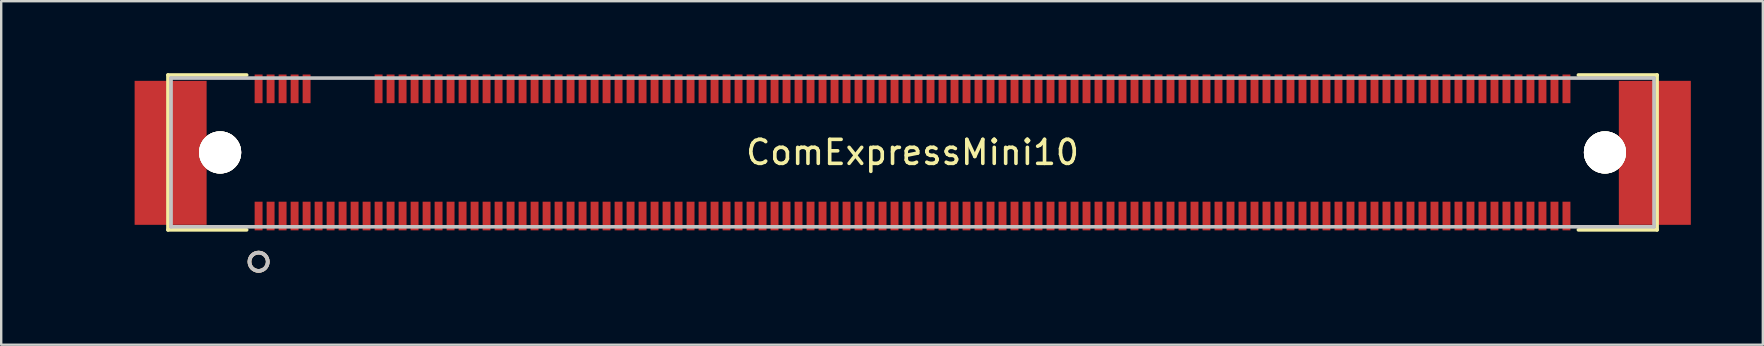
<source format=kicad_pcb>
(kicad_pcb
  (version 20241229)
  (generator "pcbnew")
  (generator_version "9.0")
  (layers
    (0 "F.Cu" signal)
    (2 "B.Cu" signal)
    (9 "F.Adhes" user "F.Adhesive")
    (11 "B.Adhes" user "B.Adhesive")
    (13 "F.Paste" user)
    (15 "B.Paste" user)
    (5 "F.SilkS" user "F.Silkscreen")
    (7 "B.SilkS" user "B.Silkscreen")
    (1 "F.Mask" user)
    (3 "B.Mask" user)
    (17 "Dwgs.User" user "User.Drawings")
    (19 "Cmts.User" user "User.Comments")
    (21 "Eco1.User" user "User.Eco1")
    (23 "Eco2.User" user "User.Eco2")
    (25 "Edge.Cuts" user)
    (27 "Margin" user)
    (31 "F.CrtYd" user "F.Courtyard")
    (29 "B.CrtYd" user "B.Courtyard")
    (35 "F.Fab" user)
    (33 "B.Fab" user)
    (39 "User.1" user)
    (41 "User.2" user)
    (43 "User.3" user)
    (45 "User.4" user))
  (footprint "ComExpressMini10"
    (layer "F.Cu")
    (at 0.25 0.652)
    (property "Reference" "ComExpressMini10" (at 34.726 2.65 0) (layer "F.SilkS") (effects (font (size 1 1) (thickness 0.15))))
    (attr through_hole)
    (fp_line (start 3.7 -0.576) (end 6.979 -0.576) (stroke (width 0.152) (type solid)) (layer "F.SilkS"))
    (fp_line (start 3.7 5.876) (end 3.7 -0.576) (stroke (width 0.152) (type solid)) (layer "F.SilkS"))
    (fp_line (start 6.978 5.876) (end 3.7 5.876) (stroke (width 0.152) (type solid)) (layer "F.SilkS"))
    (fp_line (start 62.474 -0.576) (end 65.752 -0.576) (stroke (width 0.152) (type solid)) (layer "F.SilkS"))
    (fp_line (start 65.752 -0.576) (end 65.752 5.876) (stroke (width 0.152) (type solid)) (layer "F.SilkS"))
    (fp_line (start 65.752 5.876) (end 62.474 5.876) (stroke (width 0.152) (type solid)) (layer "F.SilkS"))
    (fp_circle (center 7.476 7.205) (end 7.095 7.205) (stroke (width 0.152) (type solid)) (fill no) (layer "F.SilkS"))
    (fp_circle (center 7.476 7.205) (end 7.095 7.205) (stroke (width 0.152) (type solid)) (fill no) (layer "B.SilkS"))
    (fp_line (start 3.827 -0.449) (end 65.625 -0.449) (stroke (width 0.152) (type solid)) (layer "Dwgs.User"))
    (fp_line (start 3.827 5.749) (end 3.827 -0.449) (stroke (width 0.152) (type solid)) (layer "Dwgs.User"))
    (fp_line (start 65.625 -0.449) (end 65.625 5.749) (stroke (width 0.152) (type solid)) (layer "Dwgs.User"))
    (fp_line (start 65.625 5.749) (end 3.827 5.749) (stroke (width 0.152) (type solid)) (layer "Dwgs.User"))
    (fp_circle (center 7.476 7.205) (end 7.095 7.205) (stroke (width 0.152) (type solid)) (fill no) (layer "Dwgs.User"))
    (fp_text user "Copyright 2016 Accelerated Designs. All rights reserved." (at 61.976 0 0) (layer "Cmts.User") (effects (font (size 0.127 0.127) (thickness 0.002))))
    (pad "1" smd rect (at 7.476 5.3) (size 0.33 1.194) (layers "F.Cu" "F.Mask" "F.Paste"))
    (pad "2" smd rect (at 7.976 5.3) (size 0.33 1.194) (layers "F.Cu" "F.Mask" "F.Paste"))
    (pad "3" smd rect (at 8.476 5.3) (size 0.33 1.194) (layers "F.Cu" "F.Mask" "F.Paste"))
    (pad "4" smd rect (at 8.976 5.3) (size 0.33 1.194) (layers "F.Cu" "F.Mask" "F.Paste"))
    (pad "5" smd rect (at 9.476 5.3) (size 0.33 1.194) (layers "F.Cu" "F.Mask" "F.Paste"))
    (pad "6" smd rect (at 9.976 5.3) (size 0.33 1.194) (layers "F.Cu" "F.Mask" "F.Paste"))
    (pad "7" smd rect (at 10.476 5.3) (size 0.33 1.194) (layers "F.Cu" "F.Mask" "F.Paste"))
    (pad "8" smd rect (at 10.976 5.3) (size 0.33 1.194) (layers "F.Cu" "F.Mask" "F.Paste"))
    (pad "9" smd rect (at 11.476 5.3) (size 0.33 1.194) (layers "F.Cu" "F.Mask" "F.Paste"))
    (pad "10" smd rect (at 11.976 5.3) (size 0.33 1.194) (layers "F.Cu" "F.Mask" "F.Paste"))
    (pad "11" smd rect (at 12.476 5.3) (size 0.33 1.194) (layers "F.Cu" "F.Mask" "F.Paste"))
    (pad "12" smd rect (at 12.976 5.3) (size 0.33 1.194) (layers "F.Cu" "F.Mask" "F.Paste"))
    (pad "13" smd rect (at 13.476 5.3) (size 0.33 1.194) (layers "F.Cu" "F.Mask" "F.Paste"))
    (pad "14" smd rect (at 13.976 5.3) (size 0.33 1.194) (layers "F.Cu" "F.Mask" "F.Paste"))
    (pad "15" smd rect (at 14.476 5.3) (size 0.33 1.194) (layers "F.Cu" "F.Mask" "F.Paste"))
    (pad "16" smd rect (at 14.976 5.3) (size 0.33 1.194) (layers "F.Cu" "F.Mask" "F.Paste"))
    (pad "17" smd rect (at 15.476 5.3) (size 0.33 1.194) (layers "F.Cu" "F.Mask" "F.Paste"))
    (pad "18" smd rect (at 15.976 5.3) (size 0.33 1.194) (layers "F.Cu" "F.Mask" "F.Paste"))
    (pad "19" smd rect (at 16.476 5.3) (size 0.33 1.194) (layers "F.Cu" "F.Mask" "F.Paste"))
    (pad "20" smd rect (at 16.976 5.3) (size 0.33 1.194) (layers "F.Cu" "F.Mask" "F.Paste"))
    (pad "21" smd rect (at 17.476 5.3) (size 0.33 1.194) (layers "F.Cu" "F.Mask" "F.Paste"))
    (pad "22" smd rect (at 17.976 5.3) (size 0.33 1.194) (layers "F.Cu" "F.Mask" "F.Paste"))
    (pad "23" smd rect (at 18.476 5.3) (size 0.33 1.194) (layers "F.Cu" "F.Mask" "F.Paste"))
    (pad "24" smd rect (at 18.976 5.3) (size 0.33 1.194) (layers "F.Cu" "F.Mask" "F.Paste"))
    (pad "25" smd rect (at 19.476 5.3) (size 0.33 1.194) (layers "F.Cu" "F.Mask" "F.Paste"))
    (pad "26" smd rect (at 19.976 5.3) (size 0.33 1.194) (layers "F.Cu" "F.Mask" "F.Paste"))
    (pad "27" smd rect (at 20.476 5.3) (size 0.33 1.194) (layers "F.Cu" "F.Mask" "F.Paste"))
    (pad "28" smd rect (at 20.976 5.3) (size 0.33 1.194) (layers "F.Cu" "F.Mask" "F.Paste"))
    (pad "29" smd rect (at 21.476 5.3) (size 0.33 1.194) (layers "F.Cu" "F.Mask" "F.Paste"))
    (pad "30" smd rect (at 21.976 5.3) (size 0.33 1.194) (layers "F.Cu" "F.Mask" "F.Paste"))
    (pad "31" smd rect (at 22.476 5.3) (size 0.33 1.194) (layers "F.Cu" "F.Mask" "F.Paste"))
    (pad "32" smd rect (at 22.976 5.3) (size 0.33 1.194) (layers "F.Cu" "F.Mask" "F.Paste"))
    (pad "33" smd rect (at 23.476 5.3) (size 0.33 1.194) (layers "F.Cu" "F.Mask" "F.Paste"))
    (pad "34" smd rect (at 23.976 5.3) (size 0.33 1.194) (layers "F.Cu" "F.Mask" "F.Paste"))
    (pad "35" smd rect (at 24.476 5.3) (size 0.33 1.194) (layers "F.Cu" "F.Mask" "F.Paste"))
    (pad "36" smd rect (at 24.976 5.3) (size 0.33 1.194) (layers "F.Cu" "F.Mask" "F.Paste"))
    (pad "37" smd rect (at 25.476 5.3) (size 0.33 1.194) (layers "F.Cu" "F.Mask" "F.Paste"))
    (pad "38" smd rect (at 25.976 5.3) (size 0.33 1.194) (layers "F.Cu" "F.Mask" "F.Paste"))
    (pad "39" smd rect (at 26.476 5.3) (size 0.33 1.194) (layers "F.Cu" "F.Mask" "F.Paste"))
    (pad "40" smd rect (at 26.976 5.3) (size 0.33 1.194) (layers "F.Cu" "F.Mask" "F.Paste"))
    (pad "41" smd rect (at 27.476 5.3) (size 0.33 1.194) (layers "F.Cu" "F.Mask" "F.Paste"))
    (pad "42" smd rect (at 27.976 5.3) (size 0.33 1.194) (layers "F.Cu" "F.Mask" "F.Paste"))
    (pad "43" smd rect (at 28.476 5.3) (size 0.33 1.194) (layers "F.Cu" "F.Mask" "F.Paste"))
    (pad "44" smd rect (at 28.976 5.3) (size 0.33 1.194) (layers "F.Cu" "F.Mask" "F.Paste"))
    (pad "45" smd rect (at 29.476 5.3) (size 0.33 1.194) (layers "F.Cu" "F.Mask" "F.Paste"))
    (pad "46" smd rect (at 29.976 5.3) (size 0.33 1.194) (layers "F.Cu" "F.Mask" "F.Paste"))
    (pad "47" smd rect (at 30.476 5.3) (size 0.33 1.194) (layers "F.Cu" "F.Mask" "F.Paste"))
    (pad "48" smd rect (at 30.976 5.3) (size 0.33 1.194) (layers "F.Cu" "F.Mask" "F.Paste"))
    (pad "49" smd rect (at 31.476 5.3) (size 0.33 1.194) (layers "F.Cu" "F.Mask" "F.Paste"))
    (pad "50" smd rect (at 31.976 5.3) (size 0.33 1.194) (layers "F.Cu" "F.Mask" "F.Paste"))
    (pad "51" smd rect (at 32.476 5.3) (size 0.33 1.194) (layers "F.Cu" "F.Mask" "F.Paste"))
    (pad "52" smd rect (at 32.976 5.3) (size 0.33 1.194) (layers "F.Cu" "F.Mask" "F.Paste"))
    (pad "53" smd rect (at 33.476 5.3) (size 0.33 1.194) (layers "F.Cu" "F.Mask" "F.Paste"))
    (pad "54" smd rect (at 33.976 5.3) (size 0.33 1.194) (layers "F.Cu" "F.Mask" "F.Paste"))
    (pad "55" smd rect (at 34.476 5.3) (size 0.33 1.194) (layers "F.Cu" "F.Mask" "F.Paste"))
    (pad "56" smd rect (at 34.976 5.3) (size 0.33 1.194) (layers "F.Cu" "F.Mask" "F.Paste"))
    (pad "57" smd rect (at 35.476 5.3) (size 0.33 1.194) (layers "F.Cu" "F.Mask" "F.Paste"))
    (pad "58" smd rect (at 35.976 5.3) (size 0.33 1.194) (layers "F.Cu" "F.Mask" "F.Paste"))
    (pad "59" smd rect (at 36.476 5.3) (size 0.33 1.194) (layers "F.Cu" "F.Mask" "F.Paste"))
    (pad "60" smd rect (at 36.976 5.3) (size 0.33 1.194) (layers "F.Cu" "F.Mask" "F.Paste"))
    (pad "61" smd rect (at 37.476 5.3) (size 0.33 1.194) (layers "F.Cu" "F.Mask" "F.Paste"))
    (pad "62" smd rect (at 37.976 5.3) (size 0.33 1.194) (layers "F.Cu" "F.Mask" "F.Paste"))
    (pad "63" smd rect (at 38.476 5.3) (size 0.33 1.194) (layers "F.Cu" "F.Mask" "F.Paste"))
    (pad "64" smd rect (at 38.976 5.3) (size 0.33 1.194) (layers "F.Cu" "F.Mask" "F.Paste"))
    (pad "65" smd rect (at 39.476 5.3) (size 0.33 1.194) (layers "F.Cu" "F.Mask" "F.Paste"))
    (pad "66" smd rect (at 39.976 5.3) (size 0.33 1.194) (layers "F.Cu" "F.Mask" "F.Paste"))
    (pad "67" smd rect (at 40.476 5.3) (size 0.33 1.194) (layers "F.Cu" "F.Mask" "F.Paste"))
    (pad "68" smd rect (at 40.976 5.3) (size 0.33 1.194) (layers "F.Cu" "F.Mask" "F.Paste"))
    (pad "69" smd rect (at 41.476 5.3) (size 0.33 1.194) (layers "F.Cu" "F.Mask" "F.Paste"))
    (pad "70" smd rect (at 41.976 5.3) (size 0.33 1.194) (layers "F.Cu" "F.Mask" "F.Paste"))
    (pad "71" smd rect (at 42.476 5.3) (size 0.33 1.194) (layers "F.Cu" "F.Mask" "F.Paste"))
    (pad "72" smd rect (at 42.976 5.3) (size 0.33 1.194) (layers "F.Cu" "F.Mask" "F.Paste"))
    (pad "73" smd rect (at 43.476 5.3) (size 0.33 1.194) (layers "F.Cu" "F.Mask" "F.Paste"))
    (pad "74" smd rect (at 43.976 5.3) (size 0.33 1.194) (layers "F.Cu" "F.Mask" "F.Paste"))
    (pad "75" smd rect (at 44.476 5.3) (size 0.33 1.194) (layers "F.Cu" "F.Mask" "F.Paste"))
    (pad "76" smd rect (at 44.976 5.3) (size 0.33 1.194) (layers "F.Cu" "F.Mask" "F.Paste"))
    (pad "77" smd rect (at 45.476 5.3) (size 0.33 1.194) (layers "F.Cu" "F.Mask" "F.Paste"))
    (pad "78" smd rect (at 45.976 5.3) (size 0.33 1.194) (layers "F.Cu" "F.Mask" "F.Paste"))
    (pad "79" smd rect (at 46.476 5.3) (size 0.33 1.194) (layers "F.Cu" "F.Mask" "F.Paste"))
    (pad "80" smd rect (at 46.976 5.3) (size 0.33 1.194) (layers "F.Cu" "F.Mask" "F.Paste"))
    (pad "81" smd rect (at 47.476 5.3) (size 0.33 1.194) (layers "F.Cu" "F.Mask" "F.Paste"))
    (pad "82" smd rect (at 47.976 5.3) (size 0.33 1.194) (layers "F.Cu" "F.Mask" "F.Paste"))
    (pad "83" smd rect (at 48.476 5.3) (size 0.33 1.194) (layers "F.Cu" "F.Mask" "F.Paste"))
    (pad "84" smd rect (at 48.976 5.3) (size 0.33 1.194) (layers "F.Cu" "F.Mask" "F.Paste"))
    (pad "85" smd rect (at 49.476 5.3) (size 0.33 1.194) (layers "F.Cu" "F.Mask" "F.Paste"))
    (pad "86" smd rect (at 49.976 5.3) (size 0.33 1.194) (layers "F.Cu" "F.Mask" "F.Paste"))
    (pad "87" smd rect (at 50.476 5.3) (size 0.33 1.194) (layers "F.Cu" "F.Mask" "F.Paste"))
    (pad "88" smd rect (at 50.976 5.3) (size 0.33 1.194) (layers "F.Cu" "F.Mask" "F.Paste"))
    (pad "89" smd rect (at 51.476 5.3) (size 0.33 1.194) (layers "F.Cu" "F.Mask" "F.Paste"))
    (pad "90" smd rect (at 51.976 5.3) (size 0.33 1.194) (layers "F.Cu" "F.Mask" "F.Paste"))
    (pad "91" smd rect (at 52.476 5.3) (size 0.33 1.194) (layers "F.Cu" "F.Mask" "F.Paste"))
    (pad "92" smd rect (at 52.976 5.3) (size 0.33 1.194) (layers "F.Cu" "F.Mask" "F.Paste"))
    (pad "93" smd rect (at 53.476 5.3) (size 0.33 1.194) (layers "F.Cu" "F.Mask" "F.Paste"))
    (pad "94" smd rect (at 53.976 5.3) (size 0.33 1.194) (layers "F.Cu" "F.Mask" "F.Paste"))
    (pad "95" smd rect (at 54.476 5.3) (size 0.33 1.194) (layers "F.Cu" "F.Mask" "F.Paste"))
    (pad "96" smd rect (at 54.976 5.3) (size 0.33 1.194) (layers "F.Cu" "F.Mask" "F.Paste"))
    (pad "97" smd rect (at 55.476 5.3) (size 0.33 1.194) (layers "F.Cu" "F.Mask" "F.Paste"))
    (pad "98" smd rect (at 55.976 5.3) (size 0.33 1.194) (layers "F.Cu" "F.Mask" "F.Paste"))
    (pad "99" smd rect (at 56.476 5.3) (size 0.33 1.194) (layers "F.Cu" "F.Mask" "F.Paste"))
    (pad "100" smd rect (at 56.976 5.3) (size 0.33 1.194) (layers "F.Cu" "F.Mask" "F.Paste"))
    (pad "101" smd rect (at 57.476 5.3) (size 0.33 1.194) (layers "F.Cu" "F.Mask" "F.Paste"))
    (pad "102" smd rect (at 57.976 5.3) (size 0.33 1.194) (layers "F.Cu" "F.Mask" "F.Paste"))
    (pad "103" smd rect (at 58.476 5.3) (size 0.33 1.194) (layers "F.Cu" "F.Mask" "F.Paste"))
    (pad "104" smd rect (at 58.976 5.3) (size 0.33 1.194) (layers "F.Cu" "F.Mask" "F.Paste"))
    (pad "105" smd rect (at 59.476 5.3) (size 0.33 1.194) (layers "F.Cu" "F.Mask" "F.Paste"))
    (pad "106" smd rect (at 59.976 5.3) (size 0.33 1.194) (layers "F.Cu" "F.Mask" "F.Paste"))
    (pad "107" smd rect (at 60.476 5.3) (size 0.33 1.194) (layers "F.Cu" "F.Mask" "F.Paste"))
    (pad "108" smd rect (at 60.976 5.3) (size 0.33 1.194) (layers "F.Cu" "F.Mask" "F.Paste"))
    (pad "109" smd rect (at 61.476 5.3) (size 0.33 1.194) (layers "F.Cu" "F.Mask" "F.Paste"))
    (pad "110" smd rect (at 61.976 5.3) (size 0.33 1.194) (layers "F.Cu" "F.Mask" "F.Paste"))
    (pad "111" smd rect (at 7.476 0) (size 0.33 1.194) (layers "F.Cu" "F.Mask" "F.Paste"))
    (pad "112" smd rect (at 7.976 0) (size 0.33 1.194) (layers "F.Cu" "F.Mask" "F.Paste"))
    (pad "113" smd rect (at 8.476 0) (size 0.33 1.194) (layers "F.Cu" "F.Mask" "F.Paste"))
    (pad "114" smd rect (at 8.976 0) (size 0.33 1.194) (layers "F.Cu" "F.Mask" "F.Paste"))
    (pad "115" smd rect (at 9.476 0) (size 0.33 1.194) (layers "F.Cu" "F.Mask" "F.Paste"))
    (pad "121" smd rect (at 12.476 0) (size 0.33 1.194) (layers "F.Cu" "F.Mask" "F.Paste"))
    (pad "122" smd rect (at 12.976 0) (size 0.33 1.194) (layers "F.Cu" "F.Mask" "F.Paste"))
    (pad "123" smd rect (at 13.476 0) (size 0.33 1.194) (layers "F.Cu" "F.Mask" "F.Paste"))
    (pad "124" smd rect (at 13.976 0) (size 0.33 1.194) (layers "F.Cu" "F.Mask" "F.Paste"))
    (pad "125" smd rect (at 14.476 0) (size 0.33 1.194) (layers "F.Cu" "F.Mask" "F.Paste"))
    (pad "126" smd rect (at 14.976 0) (size 0.33 1.194) (layers "F.Cu" "F.Mask" "F.Paste"))
    (pad "127" smd rect (at 15.476 0) (size 0.33 1.194) (layers "F.Cu" "F.Mask" "F.Paste"))
    (pad "128" smd rect (at 15.976 0) (size 0.33 1.194) (layers "F.Cu" "F.Mask" "F.Paste"))
    (pad "129" smd rect (at 16.476 0) (size 0.33 1.194) (layers "F.Cu" "F.Mask" "F.Paste"))
    (pad "130" smd rect (at 16.976 0) (size 0.33 1.194) (layers "F.Cu" "F.Mask" "F.Paste"))
    (pad "131" smd rect (at 17.476 0) (size 0.33 1.194) (layers "F.Cu" "F.Mask" "F.Paste"))
    (pad "132" smd rect (at 17.976 0) (size 0.33 1.194) (layers "F.Cu" "F.Mask" "F.Paste"))
    (pad "133" smd rect (at 18.476 0) (size 0.33 1.194) (layers "F.Cu" "F.Mask" "F.Paste"))
    (pad "134" smd rect (at 18.976 0) (size 0.33 1.194) (layers "F.Cu" "F.Mask" "F.Paste"))
    (pad "135" smd rect (at 19.476 0) (size 0.33 1.194) (layers "F.Cu" "F.Mask" "F.Paste"))
    (pad "136" smd rect (at 19.976 0) (size 0.33 1.194) (layers "F.Cu" "F.Mask" "F.Paste"))
    (pad "137" smd rect (at 20.476 0) (size 0.33 1.194) (layers "F.Cu" "F.Mask" "F.Paste"))
    (pad "138" smd rect (at 20.976 0) (size 0.33 1.194) (layers "F.Cu" "F.Mask" "F.Paste"))
    (pad "139" smd rect (at 21.476 0) (size 0.33 1.194) (layers "F.Cu" "F.Mask" "F.Paste"))
    (pad "140" smd rect (at 21.976 0) (size 0.33 1.194) (layers "F.Cu" "F.Mask" "F.Paste"))
    (pad "141" smd rect (at 22.476 0) (size 0.33 1.194) (layers "F.Cu" "F.Mask" "F.Paste"))
    (pad "142" smd rect (at 22.976 0) (size 0.33 1.194) (layers "F.Cu" "F.Mask" "F.Paste"))
    (pad "143" smd rect (at 23.476 0) (size 0.33 1.194) (layers "F.Cu" "F.Mask" "F.Paste"))
    (pad "144" smd rect (at 23.976 0) (size 0.33 1.194) (layers "F.Cu" "F.Mask" "F.Paste"))
    (pad "145" smd rect (at 24.476 0) (size 0.33 1.194) (layers "F.Cu" "F.Mask" "F.Paste"))
    (pad "146" smd rect (at 24.976 0) (size 0.33 1.194) (layers "F.Cu" "F.Mask" "F.Paste"))
    (pad "147" smd rect (at 25.476 0) (size 0.33 1.194) (layers "F.Cu" "F.Mask" "F.Paste"))
    (pad "148" smd rect (at 25.976 0) (size 0.33 1.194) (layers "F.Cu" "F.Mask" "F.Paste"))
    (pad "149" smd rect (at 26.476 0) (size 0.33 1.194) (layers "F.Cu" "F.Mask" "F.Paste"))
    (pad "150" smd rect (at 26.976 0) (size 0.33 1.194) (layers "F.Cu" "F.Mask" "F.Paste"))
    (pad "151" smd rect (at 27.476 0) (size 0.33 1.194) (layers "F.Cu" "F.Mask" "F.Paste"))
    (pad "152" smd rect (at 27.976 0) (size 0.33 1.194) (layers "F.Cu" "F.Mask" "F.Paste"))
    (pad "153" smd rect (at 28.476 0) (size 0.33 1.194) (layers "F.Cu" "F.Mask" "F.Paste"))
    (pad "154" smd rect (at 28.976 0) (size 0.33 1.194) (layers "F.Cu" "F.Mask" "F.Paste"))
    (pad "155" smd rect (at 29.476 0) (size 0.33 1.194) (layers "F.Cu" "F.Mask" "F.Paste"))
    (pad "156" smd rect (at 29.976 0) (size 0.33 1.194) (layers "F.Cu" "F.Mask" "F.Paste"))
    (pad "157" smd rect (at 30.476 0) (size 0.33 1.194) (layers "F.Cu" "F.Mask" "F.Paste"))
    (pad "158" smd rect (at 30.976 0) (size 0.33 1.194) (layers "F.Cu" "F.Mask" "F.Paste"))
    (pad "159" smd rect (at 31.476 0) (size 0.33 1.194) (layers "F.Cu" "F.Mask" "F.Paste"))
    (pad "160" smd rect (at 31.976 0) (size 0.33 1.194) (layers "F.Cu" "F.Mask" "F.Paste"))
    (pad "161" smd rect (at 32.476 0) (size 0.33 1.194) (layers "F.Cu" "F.Mask" "F.Paste"))
    (pad "162" smd rect (at 32.976 0) (size 0.33 1.194) (layers "F.Cu" "F.Mask" "F.Paste"))
    (pad "163" smd rect (at 33.476 0) (size 0.33 1.194) (layers "F.Cu" "F.Mask" "F.Paste"))
    (pad "164" smd rect (at 33.976 0) (size 0.33 1.194) (layers "F.Cu" "F.Mask" "F.Paste"))
    (pad "165" smd rect (at 34.476 0) (size 0.33 1.194) (layers "F.Cu" "F.Mask" "F.Paste"))
    (pad "166" smd rect (at 34.976 0) (size 0.33 1.194) (layers "F.Cu" "F.Mask" "F.Paste"))
    (pad "167" smd rect (at 35.476 0) (size 0.33 1.194) (layers "F.Cu" "F.Mask" "F.Paste"))
    (pad "168" smd rect (at 35.976 0) (size 0.33 1.194) (layers "F.Cu" "F.Mask" "F.Paste"))
    (pad "169" smd rect (at 36.476 0) (size 0.33 1.194) (layers "F.Cu" "F.Mask" "F.Paste"))
    (pad "170" smd rect (at 36.976 0) (size 0.33 1.194) (layers "F.Cu" "F.Mask" "F.Paste"))
    (pad "171" smd rect (at 37.476 0) (size 0.33 1.194) (layers "F.Cu" "F.Mask" "F.Paste"))
    (pad "172" smd rect (at 37.976 0) (size 0.33 1.194) (layers "F.Cu" "F.Mask" "F.Paste"))
    (pad "173" smd rect (at 38.476 0) (size 0.33 1.194) (layers "F.Cu" "F.Mask" "F.Paste"))
    (pad "174" smd rect (at 38.976 0) (size 0.33 1.194) (layers "F.Cu" "F.Mask" "F.Paste"))
    (pad "175" smd rect (at 39.476 0) (size 0.33 1.194) (layers "F.Cu" "F.Mask" "F.Paste"))
    (pad "176" smd rect (at 39.976 0) (size 0.33 1.194) (layers "F.Cu" "F.Mask" "F.Paste"))
    (pad "177" smd rect (at 40.476 0) (size 0.33 1.194) (layers "F.Cu" "F.Mask" "F.Paste"))
    (pad "178" smd rect (at 40.976 0) (size 0.33 1.194) (layers "F.Cu" "F.Mask" "F.Paste"))
    (pad "179" smd rect (at 41.476 0) (size 0.33 1.194) (layers "F.Cu" "F.Mask" "F.Paste"))
    (pad "180" smd rect (at 41.976 0) (size 0.33 1.194) (layers "F.Cu" "F.Mask" "F.Paste"))
    (pad "181" smd rect (at 42.476 0) (size 0.33 1.194) (layers "F.Cu" "F.Mask" "F.Paste"))
    (pad "182" smd rect (at 42.976 0) (size 0.33 1.194) (layers "F.Cu" "F.Mask" "F.Paste"))
    (pad "183" smd rect (at 43.476 0) (size 0.33 1.194) (layers "F.Cu" "F.Mask" "F.Paste"))
    (pad "184" smd rect (at 43.976 0) (size 0.33 1.194) (layers "F.Cu" "F.Mask" "F.Paste"))
    (pad "185" smd rect (at 44.476 0) (size 0.33 1.194) (layers "F.Cu" "F.Mask" "F.Paste"))
    (pad "186" smd rect (at 44.976 0) (size 0.33 1.194) (layers "F.Cu" "F.Mask" "F.Paste"))
    (pad "187" smd rect (at 45.476 0) (size 0.33 1.194) (layers "F.Cu" "F.Mask" "F.Paste"))
    (pad "188" smd rect (at 45.976 0) (size 0.33 1.194) (layers "F.Cu" "F.Mask" "F.Paste"))
    (pad "189" smd rect (at 46.476 0) (size 0.33 1.194) (layers "F.Cu" "F.Mask" "F.Paste"))
    (pad "190" smd rect (at 46.976 0) (size 0.33 1.194) (layers "F.Cu" "F.Mask" "F.Paste"))
    (pad "191" smd rect (at 47.476 0) (size 0.33 1.194) (layers "F.Cu" "F.Mask" "F.Paste"))
    (pad "192" smd rect (at 47.976 0) (size 0.33 1.194) (layers "F.Cu" "F.Mask" "F.Paste"))
    (pad "193" smd rect (at 48.476 0) (size 0.33 1.194) (layers "F.Cu" "F.Mask" "F.Paste"))
    (pad "194" smd rect (at 48.976 0) (size 0.33 1.194) (layers "F.Cu" "F.Mask" "F.Paste"))
    (pad "195" smd rect (at 49.476 0) (size 0.33 1.194) (layers "F.Cu" "F.Mask" "F.Paste"))
    (pad "196" smd rect (at 49.976 0) (size 0.33 1.194) (layers "F.Cu" "F.Mask" "F.Paste"))
    (pad "197" smd rect (at 50.476 0) (size 0.33 1.194) (layers "F.Cu" "F.Mask" "F.Paste"))
    (pad "198" smd rect (at 50.976 0) (size 0.33 1.194) (layers "F.Cu" "F.Mask" "F.Paste"))
    (pad "199" smd rect (at 51.476 0) (size 0.33 1.194) (layers "F.Cu" "F.Mask" "F.Paste"))
    (pad "200" smd rect (at 51.976 0) (size 0.33 1.194) (layers "F.Cu" "F.Mask" "F.Paste"))
    (pad "201" smd rect (at 52.476 0) (size 0.33 1.194) (layers "F.Cu" "F.Mask" "F.Paste"))
    (pad "202" smd rect (at 52.976 0) (size 0.33 1.194) (layers "F.Cu" "F.Mask" "F.Paste"))
    (pad "203" smd rect (at 53.476 0) (size 0.33 1.194) (layers "F.Cu" "F.Mask" "F.Paste"))
    (pad "204" smd rect (at 53.976 0) (size 0.33 1.194) (layers "F.Cu" "F.Mask" "F.Paste"))
    (pad "205" smd rect (at 54.476 0) (size 0.33 1.194) (layers "F.Cu" "F.Mask" "F.Paste"))
    (pad "206" smd rect (at 54.976 0) (size 0.33 1.194) (layers "F.Cu" "F.Mask" "F.Paste"))
    (pad "207" smd rect (at 55.476 0) (size 0.33 1.194) (layers "F.Cu" "F.Mask" "F.Paste"))
    (pad "208" smd rect (at 55.976 0) (size 0.33 1.194) (layers "F.Cu" "F.Mask" "F.Paste"))
    (pad "209" smd rect (at 56.476 0) (size 0.33 1.194) (layers "F.Cu" "F.Mask" "F.Paste"))
    (pad "210" smd rect (at 56.976 0) (size 0.33 1.194) (layers "F.Cu" "F.Mask" "F.Paste"))
    (pad "211" smd rect (at 57.476 0) (size 0.33 1.194) (layers "F.Cu" "F.Mask" "F.Paste"))
    (pad "212" smd rect (at 57.976 0) (size 0.33 1.194) (layers "F.Cu" "F.Mask" "F.Paste"))
    (pad "213" smd rect (at 58.476 0) (size 0.33 1.194) (layers "F.Cu" "F.Mask" "F.Paste"))
    (pad "214" smd rect (at 58.976 0) (size 0.33 1.194) (layers "F.Cu" "F.Mask" "F.Paste"))
    (pad "215" smd rect (at 59.476 0) (size 0.33 1.194) (layers "F.Cu" "F.Mask" "F.Paste"))
    (pad "216" smd rect (at 59.976 0) (size 0.33 1.194) (layers "F.Cu" "F.Mask" "F.Paste"))
    (pad "217" smd rect (at 60.476 0) (size 0.33 1.194) (layers "F.Cu" "F.Mask" "F.Paste"))
    (pad "218" smd rect (at 60.976 0) (size 0.33 1.194) (layers "F.Cu" "F.Mask" "F.Paste"))
    (pad "219" smd rect (at 61.476 0) (size 0.33 1.194) (layers "F.Cu" "F.Mask" "F.Paste"))
    (pad "220" smd rect (at 61.976 0) (size 0.33 1.194) (layers "F.Cu" "F.Mask" "F.Paste"))
    (pad "221" thru_hole circle (at 63.58 2.65) (size 1.753 1.753) (drill 1.753) (layers "*.Cu" "F.SilkS"))
    (pad "221" thru_hole circle (at 63.58 2.65) (size 1.753 1.753) (drill 1.753) (layers "*.Cu" "F.SilkS"))
    (pad "222" thru_hole circle (at 5.872 2.65) (size 1.753 1.753) (drill 1.753) (layers "*.Cu" "F.SilkS"))
    (pad "222" thru_hole circle (at 5.872 2.65) (size 1.753 1.753) (drill 1.753) (layers "*.Cu" "F.SilkS"))
    (pad "TAB1" smd rect (at 3.81 2.667) (size 3 6) (layers "F.Cu" "F.Mask" "F.Paste"))
    (pad "TAB2" smd rect (at 65.659 2.667) (size 3 6) (layers "F.Cu" "F.Mask" "F.Paste")))
  (gr_rect
    (start -3 -3)
    (end 70.409 11.314)
    (stroke (width 0.1) (type default))
    (fill no)
    (layer "Edge.Cuts")))
</source>
